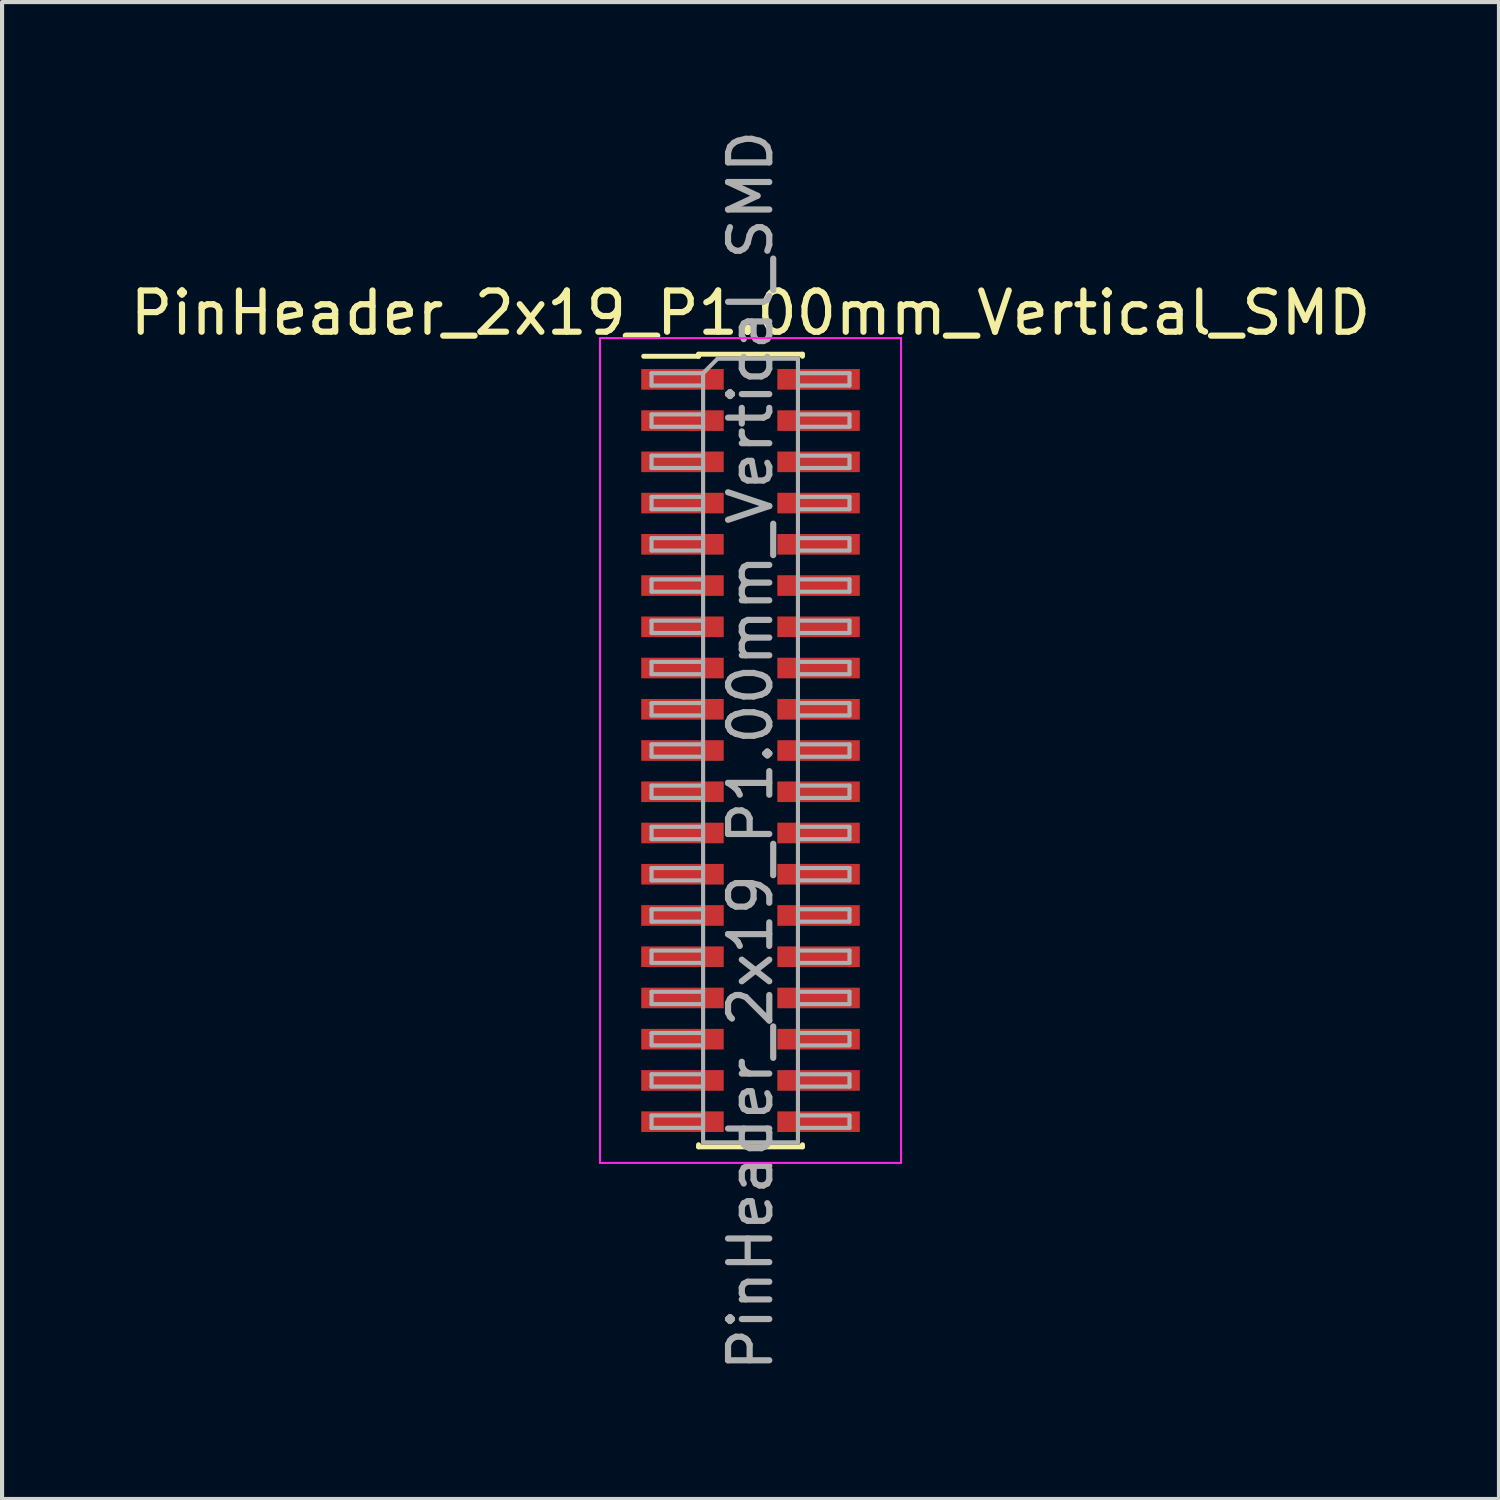
<source format=kicad_pcb>
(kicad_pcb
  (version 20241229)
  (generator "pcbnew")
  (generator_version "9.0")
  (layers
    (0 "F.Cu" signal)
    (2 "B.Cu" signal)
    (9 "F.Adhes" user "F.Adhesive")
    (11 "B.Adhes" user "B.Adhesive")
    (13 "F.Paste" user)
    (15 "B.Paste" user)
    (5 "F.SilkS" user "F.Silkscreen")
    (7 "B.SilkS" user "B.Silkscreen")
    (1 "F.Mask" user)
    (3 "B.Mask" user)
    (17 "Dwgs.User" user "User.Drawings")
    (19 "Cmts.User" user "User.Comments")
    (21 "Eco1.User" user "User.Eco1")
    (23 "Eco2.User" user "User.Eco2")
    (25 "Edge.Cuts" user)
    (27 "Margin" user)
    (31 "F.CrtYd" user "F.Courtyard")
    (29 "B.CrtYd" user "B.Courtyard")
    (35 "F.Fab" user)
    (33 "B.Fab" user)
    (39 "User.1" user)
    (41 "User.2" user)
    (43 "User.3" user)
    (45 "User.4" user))
  (footprint "PinHeader_2x19_P1.00mm_Vertical_SMD"
    (layer "F.Cu")
    (at 15.149 15.149)
    (property "Reference" "PinHeader_2x19_P1.00mm_Vertical_SMD" (at 0 -10.61 0) (layer "F.SilkS") (effects (font (size 1 1) (thickness 0.15))))
    (attr smd)
    (fp_line (start -2.59 -9.56) (end -1.26 -9.56) (stroke (width 0.12) (type solid)) (layer "F.SilkS"))
    (fp_line (start -1.26 -9.61) (end -1.26 -9.56) (stroke (width 0.12) (type solid)) (layer "F.SilkS"))
    (fp_line (start -1.26 -9.61) (end 1.26 -9.61) (stroke (width 0.12) (type solid)) (layer "F.SilkS"))
    (fp_line (start -1.26 9.56) (end -1.26 9.61) (stroke (width 0.12) (type solid)) (layer "F.SilkS"))
    (fp_line (start -1.26 9.61) (end 1.26 9.61) (stroke (width 0.12) (type solid)) (layer "F.SilkS"))
    (fp_line (start 1.26 -9.61) (end 1.26 -9.56) (stroke (width 0.12) (type solid)) (layer "F.SilkS"))
    (fp_line (start 1.26 9.56) (end 1.26 9.61) (stroke (width 0.12) (type solid)) (layer "F.SilkS"))
    (fp_line (start -3.65 -10) (end -3.65 10) (stroke (width 0.05) (type solid)) (layer "F.CrtYd"))
    (fp_line (start -3.65 10) (end 3.65 10) (stroke (width 0.05) (type solid)) (layer "F.CrtYd"))
    (fp_line (start 3.65 -10) (end -3.65 -10) (stroke (width 0.05) (type solid)) (layer "F.CrtYd"))
    (fp_line (start 3.65 10) (end 3.65 -10) (stroke (width 0.05) (type solid)) (layer "F.CrtYd"))
    (fp_line (start -2.4 -9.15) (end -2.4 -8.85) (stroke (width 0.1) (type solid)) (layer "F.Fab"))
    (fp_line (start -2.4 -8.85) (end -1.15 -8.85) (stroke (width 0.1) (type solid)) (layer "F.Fab"))
    (fp_line (start -2.4 -8.15) (end -2.4 -7.85) (stroke (width 0.1) (type solid)) (layer "F.Fab"))
    (fp_line (start -2.4 -7.85) (end -1.15 -7.85) (stroke (width 0.1) (type solid)) (layer "F.Fab"))
    (fp_line (start -2.4 -7.15) (end -2.4 -6.85) (stroke (width 0.1) (type solid)) (layer "F.Fab"))
    (fp_line (start -2.4 -6.85) (end -1.15 -6.85) (stroke (width 0.1) (type solid)) (layer "F.Fab"))
    (fp_line (start -2.4 -6.15) (end -2.4 -5.85) (stroke (width 0.1) (type solid)) (layer "F.Fab"))
    (fp_line (start -2.4 -5.85) (end -1.15 -5.85) (stroke (width 0.1) (type solid)) (layer "F.Fab"))
    (fp_line (start -2.4 -5.15) (end -2.4 -4.85) (stroke (width 0.1) (type solid)) (layer "F.Fab"))
    (fp_line (start -2.4 -4.85) (end -1.15 -4.85) (stroke (width 0.1) (type solid)) (layer "F.Fab"))
    (fp_line (start -2.4 -4.15) (end -2.4 -3.85) (stroke (width 0.1) (type solid)) (layer "F.Fab"))
    (fp_line (start -2.4 -3.85) (end -1.15 -3.85) (stroke (width 0.1) (type solid)) (layer "F.Fab"))
    (fp_line (start -2.4 -3.15) (end -2.4 -2.85) (stroke (width 0.1) (type solid)) (layer "F.Fab"))
    (fp_line (start -2.4 -2.85) (end -1.15 -2.85) (stroke (width 0.1) (type solid)) (layer "F.Fab"))
    (fp_line (start -2.4 -2.15) (end -2.4 -1.85) (stroke (width 0.1) (type solid)) (layer "F.Fab"))
    (fp_line (start -2.4 -1.85) (end -1.15 -1.85) (stroke (width 0.1) (type solid)) (layer "F.Fab"))
    (fp_line (start -2.4 -1.15) (end -2.4 -0.85) (stroke (width 0.1) (type solid)) (layer "F.Fab"))
    (fp_line (start -2.4 -0.85) (end -1.15 -0.85) (stroke (width 0.1) (type solid)) (layer "F.Fab"))
    (fp_line (start -2.4 -0.15) (end -2.4 0.15) (stroke (width 0.1) (type solid)) (layer "F.Fab"))
    (fp_line (start -2.4 0.15) (end -1.15 0.15) (stroke (width 0.1) (type solid)) (layer "F.Fab"))
    (fp_line (start -2.4 0.85) (end -2.4 1.15) (stroke (width 0.1) (type solid)) (layer "F.Fab"))
    (fp_line (start -2.4 1.15) (end -1.15 1.15) (stroke (width 0.1) (type solid)) (layer "F.Fab"))
    (fp_line (start -2.4 1.85) (end -2.4 2.15) (stroke (width 0.1) (type solid)) (layer "F.Fab"))
    (fp_line (start -2.4 2.15) (end -1.15 2.15) (stroke (width 0.1) (type solid)) (layer "F.Fab"))
    (fp_line (start -2.4 2.85) (end -2.4 3.15) (stroke (width 0.1) (type solid)) (layer "F.Fab"))
    (fp_line (start -2.4 3.15) (end -1.15 3.15) (stroke (width 0.1) (type solid)) (layer "F.Fab"))
    (fp_line (start -2.4 3.85) (end -2.4 4.15) (stroke (width 0.1) (type solid)) (layer "F.Fab"))
    (fp_line (start -2.4 4.15) (end -1.15 4.15) (stroke (width 0.1) (type solid)) (layer "F.Fab"))
    (fp_line (start -2.4 4.85) (end -2.4 5.15) (stroke (width 0.1) (type solid)) (layer "F.Fab"))
    (fp_line (start -2.4 5.15) (end -1.15 5.15) (stroke (width 0.1) (type solid)) (layer "F.Fab"))
    (fp_line (start -2.4 5.85) (end -2.4 6.15) (stroke (width 0.1) (type solid)) (layer "F.Fab"))
    (fp_line (start -2.4 6.15) (end -1.15 6.15) (stroke (width 0.1) (type solid)) (layer "F.Fab"))
    (fp_line (start -2.4 6.85) (end -2.4 7.15) (stroke (width 0.1) (type solid)) (layer "F.Fab"))
    (fp_line (start -2.4 7.15) (end -1.15 7.15) (stroke (width 0.1) (type solid)) (layer "F.Fab"))
    (fp_line (start -2.4 7.85) (end -2.4 8.15) (stroke (width 0.1) (type solid)) (layer "F.Fab"))
    (fp_line (start -2.4 8.15) (end -1.15 8.15) (stroke (width 0.1) (type solid)) (layer "F.Fab"))
    (fp_line (start -2.4 8.85) (end -2.4 9.15) (stroke (width 0.1) (type solid)) (layer "F.Fab"))
    (fp_line (start -2.4 9.15) (end -1.15 9.15) (stroke (width 0.1) (type solid)) (layer "F.Fab"))
    (fp_line (start -1.15 -9.15) (end -2.4 -9.15) (stroke (width 0.1) (type solid)) (layer "F.Fab"))
    (fp_line (start -1.15 -9.15) (end -0.8 -9.5) (stroke (width 0.1) (type solid)) (layer "F.Fab"))
    (fp_line (start -1.15 -8.15) (end -2.4 -8.15) (stroke (width 0.1) (type solid)) (layer "F.Fab"))
    (fp_line (start -1.15 -7.15) (end -2.4 -7.15) (stroke (width 0.1) (type solid)) (layer "F.Fab"))
    (fp_line (start -1.15 -6.15) (end -2.4 -6.15) (stroke (width 0.1) (type solid)) (layer "F.Fab"))
    (fp_line (start -1.15 -5.15) (end -2.4 -5.15) (stroke (width 0.1) (type solid)) (layer "F.Fab"))
    (fp_line (start -1.15 -4.15) (end -2.4 -4.15) (stroke (width 0.1) (type solid)) (layer "F.Fab"))
    (fp_line (start -1.15 -3.15) (end -2.4 -3.15) (stroke (width 0.1) (type solid)) (layer "F.Fab"))
    (fp_line (start -1.15 -2.15) (end -2.4 -2.15) (stroke (width 0.1) (type solid)) (layer "F.Fab"))
    (fp_line (start -1.15 -1.15) (end -2.4 -1.15) (stroke (width 0.1) (type solid)) (layer "F.Fab"))
    (fp_line (start -1.15 -0.15) (end -2.4 -0.15) (stroke (width 0.1) (type solid)) (layer "F.Fab"))
    (fp_line (start -1.15 0.85) (end -2.4 0.85) (stroke (width 0.1) (type solid)) (layer "F.Fab"))
    (fp_line (start -1.15 1.85) (end -2.4 1.85) (stroke (width 0.1) (type solid)) (layer "F.Fab"))
    (fp_line (start -1.15 2.85) (end -2.4 2.85) (stroke (width 0.1) (type solid)) (layer "F.Fab"))
    (fp_line (start -1.15 3.85) (end -2.4 3.85) (stroke (width 0.1) (type solid)) (layer "F.Fab"))
    (fp_line (start -1.15 4.85) (end -2.4 4.85) (stroke (width 0.1) (type solid)) (layer "F.Fab"))
    (fp_line (start -1.15 5.85) (end -2.4 5.85) (stroke (width 0.1) (type solid)) (layer "F.Fab"))
    (fp_line (start -1.15 6.85) (end -2.4 6.85) (stroke (width 0.1) (type solid)) (layer "F.Fab"))
    (fp_line (start -1.15 7.85) (end -2.4 7.85) (stroke (width 0.1) (type solid)) (layer "F.Fab"))
    (fp_line (start -1.15 8.85) (end -2.4 8.85) (stroke (width 0.1) (type solid)) (layer "F.Fab"))
    (fp_line (start -1.15 9.5) (end -1.15 -9.15) (stroke (width 0.1) (type solid)) (layer "F.Fab"))
    (fp_line (start -0.8 -9.5) (end 1.15 -9.5) (stroke (width 0.1) (type solid)) (layer "F.Fab"))
    (fp_line (start 1.15 -9.5) (end 1.15 9.5) (stroke (width 0.1) (type solid)) (layer "F.Fab"))
    (fp_line (start 1.15 -9.15) (end 2.4 -9.15) (stroke (width 0.1) (type solid)) (layer "F.Fab"))
    (fp_line (start 1.15 -8.15) (end 2.4 -8.15) (stroke (width 0.1) (type solid)) (layer "F.Fab"))
    (fp_line (start 1.15 -7.15) (end 2.4 -7.15) (stroke (width 0.1) (type solid)) (layer "F.Fab"))
    (fp_line (start 1.15 -6.15) (end 2.4 -6.15) (stroke (width 0.1) (type solid)) (layer "F.Fab"))
    (fp_line (start 1.15 -5.15) (end 2.4 -5.15) (stroke (width 0.1) (type solid)) (layer "F.Fab"))
    (fp_line (start 1.15 -4.15) (end 2.4 -4.15) (stroke (width 0.1) (type solid)) (layer "F.Fab"))
    (fp_line (start 1.15 -3.15) (end 2.4 -3.15) (stroke (width 0.1) (type solid)) (layer "F.Fab"))
    (fp_line (start 1.15 -2.15) (end 2.4 -2.15) (stroke (width 0.1) (type solid)) (layer "F.Fab"))
    (fp_line (start 1.15 -1.15) (end 2.4 -1.15) (stroke (width 0.1) (type solid)) (layer "F.Fab"))
    (fp_line (start 1.15 -0.15) (end 2.4 -0.15) (stroke (width 0.1) (type solid)) (layer "F.Fab"))
    (fp_line (start 1.15 0.85) (end 2.4 0.85) (stroke (width 0.1) (type solid)) (layer "F.Fab"))
    (fp_line (start 1.15 1.85) (end 2.4 1.85) (stroke (width 0.1) (type solid)) (layer "F.Fab"))
    (fp_line (start 1.15 2.85) (end 2.4 2.85) (stroke (width 0.1) (type solid)) (layer "F.Fab"))
    (fp_line (start 1.15 3.85) (end 2.4 3.85) (stroke (width 0.1) (type solid)) (layer "F.Fab"))
    (fp_line (start 1.15 4.85) (end 2.4 4.85) (stroke (width 0.1) (type solid)) (layer "F.Fab"))
    (fp_line (start 1.15 5.85) (end 2.4 5.85) (stroke (width 0.1) (type solid)) (layer "F.Fab"))
    (fp_line (start 1.15 6.85) (end 2.4 6.85) (stroke (width 0.1) (type solid)) (layer "F.Fab"))
    (fp_line (start 1.15 7.85) (end 2.4 7.85) (stroke (width 0.1) (type solid)) (layer "F.Fab"))
    (fp_line (start 1.15 8.85) (end 2.4 8.85) (stroke (width 0.1) (type solid)) (layer "F.Fab"))
    (fp_line (start 1.15 9.5) (end -1.15 9.5) (stroke (width 0.1) (type solid)) (layer "F.Fab"))
    (fp_line (start 2.4 -9.15) (end 2.4 -8.85) (stroke (width 0.1) (type solid)) (layer "F.Fab"))
    (fp_line (start 2.4 -8.85) (end 1.15 -8.85) (stroke (width 0.1) (type solid)) (layer "F.Fab"))
    (fp_line (start 2.4 -8.15) (end 2.4 -7.85) (stroke (width 0.1) (type solid)) (layer "F.Fab"))
    (fp_line (start 2.4 -7.85) (end 1.15 -7.85) (stroke (width 0.1) (type solid)) (layer "F.Fab"))
    (fp_line (start 2.4 -7.15) (end 2.4 -6.85) (stroke (width 0.1) (type solid)) (layer "F.Fab"))
    (fp_line (start 2.4 -6.85) (end 1.15 -6.85) (stroke (width 0.1) (type solid)) (layer "F.Fab"))
    (fp_line (start 2.4 -6.15) (end 2.4 -5.85) (stroke (width 0.1) (type solid)) (layer "F.Fab"))
    (fp_line (start 2.4 -5.85) (end 1.15 -5.85) (stroke (width 0.1) (type solid)) (layer "F.Fab"))
    (fp_line (start 2.4 -5.15) (end 2.4 -4.85) (stroke (width 0.1) (type solid)) (layer "F.Fab"))
    (fp_line (start 2.4 -4.85) (end 1.15 -4.85) (stroke (width 0.1) (type solid)) (layer "F.Fab"))
    (fp_line (start 2.4 -4.15) (end 2.4 -3.85) (stroke (width 0.1) (type solid)) (layer "F.Fab"))
    (fp_line (start 2.4 -3.85) (end 1.15 -3.85) (stroke (width 0.1) (type solid)) (layer "F.Fab"))
    (fp_line (start 2.4 -3.15) (end 2.4 -2.85) (stroke (width 0.1) (type solid)) (layer "F.Fab"))
    (fp_line (start 2.4 -2.85) (end 1.15 -2.85) (stroke (width 0.1) (type solid)) (layer "F.Fab"))
    (fp_line (start 2.4 -2.15) (end 2.4 -1.85) (stroke (width 0.1) (type solid)) (layer "F.Fab"))
    (fp_line (start 2.4 -1.85) (end 1.15 -1.85) (stroke (width 0.1) (type solid)) (layer "F.Fab"))
    (fp_line (start 2.4 -1.15) (end 2.4 -0.85) (stroke (width 0.1) (type solid)) (layer "F.Fab"))
    (fp_line (start 2.4 -0.85) (end 1.15 -0.85) (stroke (width 0.1) (type solid)) (layer "F.Fab"))
    (fp_line (start 2.4 -0.15) (end 2.4 0.15) (stroke (width 0.1) (type solid)) (layer "F.Fab"))
    (fp_line (start 2.4 0.15) (end 1.15 0.15) (stroke (width 0.1) (type solid)) (layer "F.Fab"))
    (fp_line (start 2.4 0.85) (end 2.4 1.15) (stroke (width 0.1) (type solid)) (layer "F.Fab"))
    (fp_line (start 2.4 1.15) (end 1.15 1.15) (stroke (width 0.1) (type solid)) (layer "F.Fab"))
    (fp_line (start 2.4 1.85) (end 2.4 2.15) (stroke (width 0.1) (type solid)) (layer "F.Fab"))
    (fp_line (start 2.4 2.15) (end 1.15 2.15) (stroke (width 0.1) (type solid)) (layer "F.Fab"))
    (fp_line (start 2.4 2.85) (end 2.4 3.15) (stroke (width 0.1) (type solid)) (layer "F.Fab"))
    (fp_line (start 2.4 3.15) (end 1.15 3.15) (stroke (width 0.1) (type solid)) (layer "F.Fab"))
    (fp_line (start 2.4 3.85) (end 2.4 4.15) (stroke (width 0.1) (type solid)) (layer "F.Fab"))
    (fp_line (start 2.4 4.15) (end 1.15 4.15) (stroke (width 0.1) (type solid)) (layer "F.Fab"))
    (fp_line (start 2.4 4.85) (end 2.4 5.15) (stroke (width 0.1) (type solid)) (layer "F.Fab"))
    (fp_line (start 2.4 5.15) (end 1.15 5.15) (stroke (width 0.1) (type solid)) (layer "F.Fab"))
    (fp_line (start 2.4 5.85) (end 2.4 6.15) (stroke (width 0.1) (type solid)) (layer "F.Fab"))
    (fp_line (start 2.4 6.15) (end 1.15 6.15) (stroke (width 0.1) (type solid)) (layer "F.Fab"))
    (fp_line (start 2.4 6.85) (end 2.4 7.15) (stroke (width 0.1) (type solid)) (layer "F.Fab"))
    (fp_line (start 2.4 7.15) (end 1.15 7.15) (stroke (width 0.1) (type solid)) (layer "F.Fab"))
    (fp_line (start 2.4 7.85) (end 2.4 8.15) (stroke (width 0.1) (type solid)) (layer "F.Fab"))
    (fp_line (start 2.4 8.15) (end 1.15 8.15) (stroke (width 0.1) (type solid)) (layer "F.Fab"))
    (fp_line (start 2.4 8.85) (end 2.4 9.15) (stroke (width 0.1) (type solid)) (layer "F.Fab"))
    (fp_line (start 2.4 9.15) (end 1.15 9.15) (stroke (width 0.1) (type solid)) (layer "F.Fab"))
    (fp_text user "${REFERENCE}" (at 0 0 90) (layer "F.Fab") (effects (font (size 1 1) (thickness 0.15))))
    (pad "1" smd rect (at -1.65 -9) (size 2 0.5) (layers "F.Cu" "F.Mask" "F.Paste"))
    (pad "2" smd rect (at 1.65 -9) (size 2 0.5) (layers "F.Cu" "F.Mask" "F.Paste"))
    (pad "3" smd rect (at -1.65 -8) (size 2 0.5) (layers "F.Cu" "F.Mask" "F.Paste"))
    (pad "4" smd rect (at 1.65 -8) (size 2 0.5) (layers "F.Cu" "F.Mask" "F.Paste"))
    (pad "5" smd rect (at -1.65 -7) (size 2 0.5) (layers "F.Cu" "F.Mask" "F.Paste"))
    (pad "6" smd rect (at 1.65 -7) (size 2 0.5) (layers "F.Cu" "F.Mask" "F.Paste"))
    (pad "7" smd rect (at -1.65 -6) (size 2 0.5) (layers "F.Cu" "F.Mask" "F.Paste"))
    (pad "8" smd rect (at 1.65 -6) (size 2 0.5) (layers "F.Cu" "F.Mask" "F.Paste"))
    (pad "9" smd rect (at -1.65 -5) (size 2 0.5) (layers "F.Cu" "F.Mask" "F.Paste"))
    (pad "10" smd rect (at 1.65 -5) (size 2 0.5) (layers "F.Cu" "F.Mask" "F.Paste"))
    (pad "11" smd rect (at -1.65 -4) (size 2 0.5) (layers "F.Cu" "F.Mask" "F.Paste"))
    (pad "12" smd rect (at 1.65 -4) (size 2 0.5) (layers "F.Cu" "F.Mask" "F.Paste"))
    (pad "13" smd rect (at -1.65 -3) (size 2 0.5) (layers "F.Cu" "F.Mask" "F.Paste"))
    (pad "14" smd rect (at 1.65 -3) (size 2 0.5) (layers "F.Cu" "F.Mask" "F.Paste"))
    (pad "15" smd rect (at -1.65 -2) (size 2 0.5) (layers "F.Cu" "F.Mask" "F.Paste"))
    (pad "16" smd rect (at 1.65 -2) (size 2 0.5) (layers "F.Cu" "F.Mask" "F.Paste"))
    (pad "17" smd rect (at -1.65 -1) (size 2 0.5) (layers "F.Cu" "F.Mask" "F.Paste"))
    (pad "18" smd rect (at 1.65 -1) (size 2 0.5) (layers "F.Cu" "F.Mask" "F.Paste"))
    (pad "19" smd rect (at -1.65 0) (size 2 0.5) (layers "F.Cu" "F.Mask" "F.Paste"))
    (pad "20" smd rect (at 1.65 0) (size 2 0.5) (layers "F.Cu" "F.Mask" "F.Paste"))
    (pad "21" smd rect (at -1.65 1) (size 2 0.5) (layers "F.Cu" "F.Mask" "F.Paste"))
    (pad "22" smd rect (at 1.65 1) (size 2 0.5) (layers "F.Cu" "F.Mask" "F.Paste"))
    (pad "23" smd rect (at -1.65 2) (size 2 0.5) (layers "F.Cu" "F.Mask" "F.Paste"))
    (pad "24" smd rect (at 1.65 2) (size 2 0.5) (layers "F.Cu" "F.Mask" "F.Paste"))
    (pad "25" smd rect (at -1.65 3) (size 2 0.5) (layers "F.Cu" "F.Mask" "F.Paste"))
    (pad "26" smd rect (at 1.65 3) (size 2 0.5) (layers "F.Cu" "F.Mask" "F.Paste"))
    (pad "27" smd rect (at -1.65 4) (size 2 0.5) (layers "F.Cu" "F.Mask" "F.Paste"))
    (pad "28" smd rect (at 1.65 4) (size 2 0.5) (layers "F.Cu" "F.Mask" "F.Paste"))
    (pad "29" smd rect (at -1.65 5) (size 2 0.5) (layers "F.Cu" "F.Mask" "F.Paste"))
    (pad "30" smd rect (at 1.65 5) (size 2 0.5) (layers "F.Cu" "F.Mask" "F.Paste"))
    (pad "31" smd rect (at -1.65 6) (size 2 0.5) (layers "F.Cu" "F.Mask" "F.Paste"))
    (pad "32" smd rect (at 1.65 6) (size 2 0.5) (layers "F.Cu" "F.Mask" "F.Paste"))
    (pad "33" smd rect (at -1.65 7) (size 2 0.5) (layers "F.Cu" "F.Mask" "F.Paste"))
    (pad "34" smd rect (at 1.65 7) (size 2 0.5) (layers "F.Cu" "F.Mask" "F.Paste"))
    (pad "35" smd rect (at -1.65 8) (size 2 0.5) (layers "F.Cu" "F.Mask" "F.Paste"))
    (pad "36" smd rect (at 1.65 8) (size 2 0.5) (layers "F.Cu" "F.Mask" "F.Paste"))
    (pad "37" smd rect (at -1.65 9) (size 2 0.5) (layers "F.Cu" "F.Mask" "F.Paste"))
    (pad "38" smd rect (at 1.65 9) (size 2 0.5) (layers "F.Cu" "F.Mask" "F.Paste")))
  (gr_rect
    (start -3 -3)
    (end 33.298 33.298)
    (stroke (width 0.1) (type default))
    (fill no)
    (layer "Edge.Cuts")))
</source>
